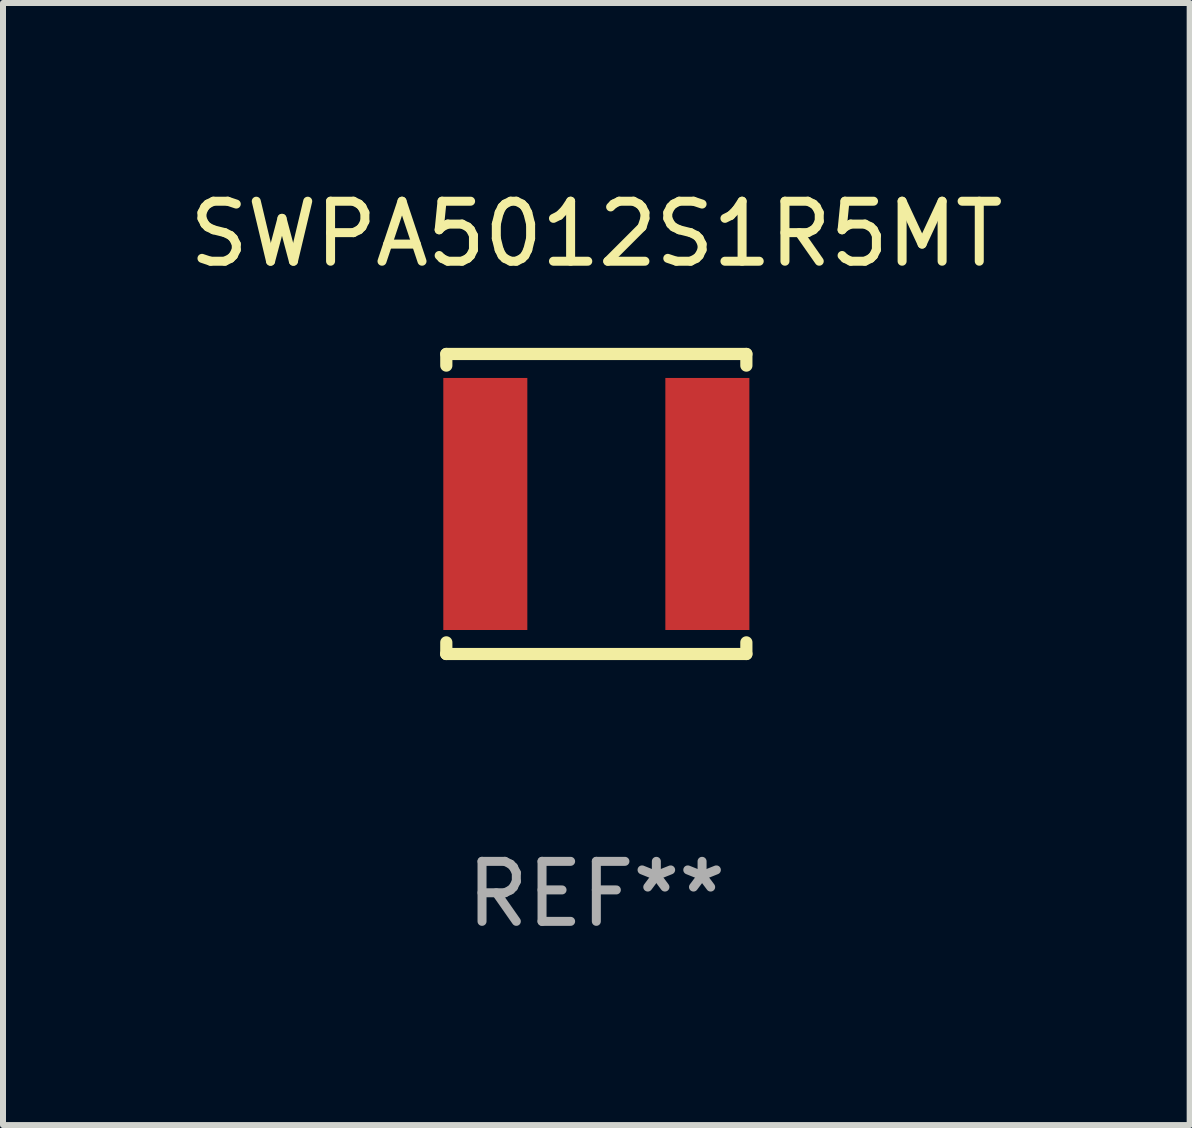
<source format=kicad_pcb>
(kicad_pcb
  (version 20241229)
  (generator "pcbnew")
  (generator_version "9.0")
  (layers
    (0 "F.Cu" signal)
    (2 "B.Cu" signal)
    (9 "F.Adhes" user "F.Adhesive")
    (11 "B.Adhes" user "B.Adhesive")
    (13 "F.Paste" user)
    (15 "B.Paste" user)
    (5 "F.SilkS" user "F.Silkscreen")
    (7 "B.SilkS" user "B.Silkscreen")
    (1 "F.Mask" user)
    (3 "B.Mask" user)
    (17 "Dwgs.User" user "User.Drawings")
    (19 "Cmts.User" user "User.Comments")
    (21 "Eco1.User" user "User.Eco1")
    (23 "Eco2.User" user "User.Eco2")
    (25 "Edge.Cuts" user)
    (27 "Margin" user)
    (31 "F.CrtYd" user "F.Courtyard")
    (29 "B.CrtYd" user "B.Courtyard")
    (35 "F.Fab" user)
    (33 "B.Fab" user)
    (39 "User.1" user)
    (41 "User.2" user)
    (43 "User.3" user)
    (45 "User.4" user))
  (footprint "SWPA5012S1R5MT"
    (layer "F.Cu")
    (at 6.887 5.348)
    (property "Reference" "SWPA5012S1R5MT" (at 0 -4.5 0) (layer "F.SilkS") (effects (font (size 1 1) (thickness 0.15))))
    (attr through_hole)
    (fp_line (start -2.5 -2.5) (end -2.5 -2.306) (stroke (width 0.203) (type solid)) (layer "F.SilkS"))
    (fp_line (start -2.5 -2.5) (end 2.5 -2.5) (stroke (width 0.203) (type solid)) (layer "F.SilkS"))
    (fp_line (start -2.5 2.306) (end -2.5 2.5) (stroke (width 0.203) (type solid)) (layer "F.SilkS"))
    (fp_line (start -2.5 2.5) (end 2.5 2.5) (stroke (width 0.203) (type solid)) (layer "F.SilkS"))
    (fp_line (start 2.5 -2.306) (end 2.5 -2.5) (stroke (width 0.203) (type solid)) (layer "F.SilkS"))
    (fp_line (start 2.5 2.5) (end 2.5 2.306) (stroke (width 0.203) (type solid)) (layer "F.SilkS"))
    (fp_circle (center -2.5 2.5) (end -2.45 2.5) (stroke (width 0.1) (type solid)) (fill no) (layer "F.SilkS"))
    (fp_text user "REF**" (at 0 6.5 0) (layer "F.Fab") (effects (font (size 1 1) (thickness 0.15))))
    (pad "1" smd rect (at -1.85 0) (size 1.4 4.2) (layers "F.Cu" "F.Mask" "F.Paste"))
    (pad "2" smd rect (at 1.85 0) (size 1.4 4.2) (layers "F.Cu" "F.Mask" "F.Paste")))
  (gr_rect
    (start -3 -3)
    (end 16.774 15.697)
    (stroke (width 0.1) (type default))
    (fill no)
    (layer "Edge.Cuts")))
</source>
